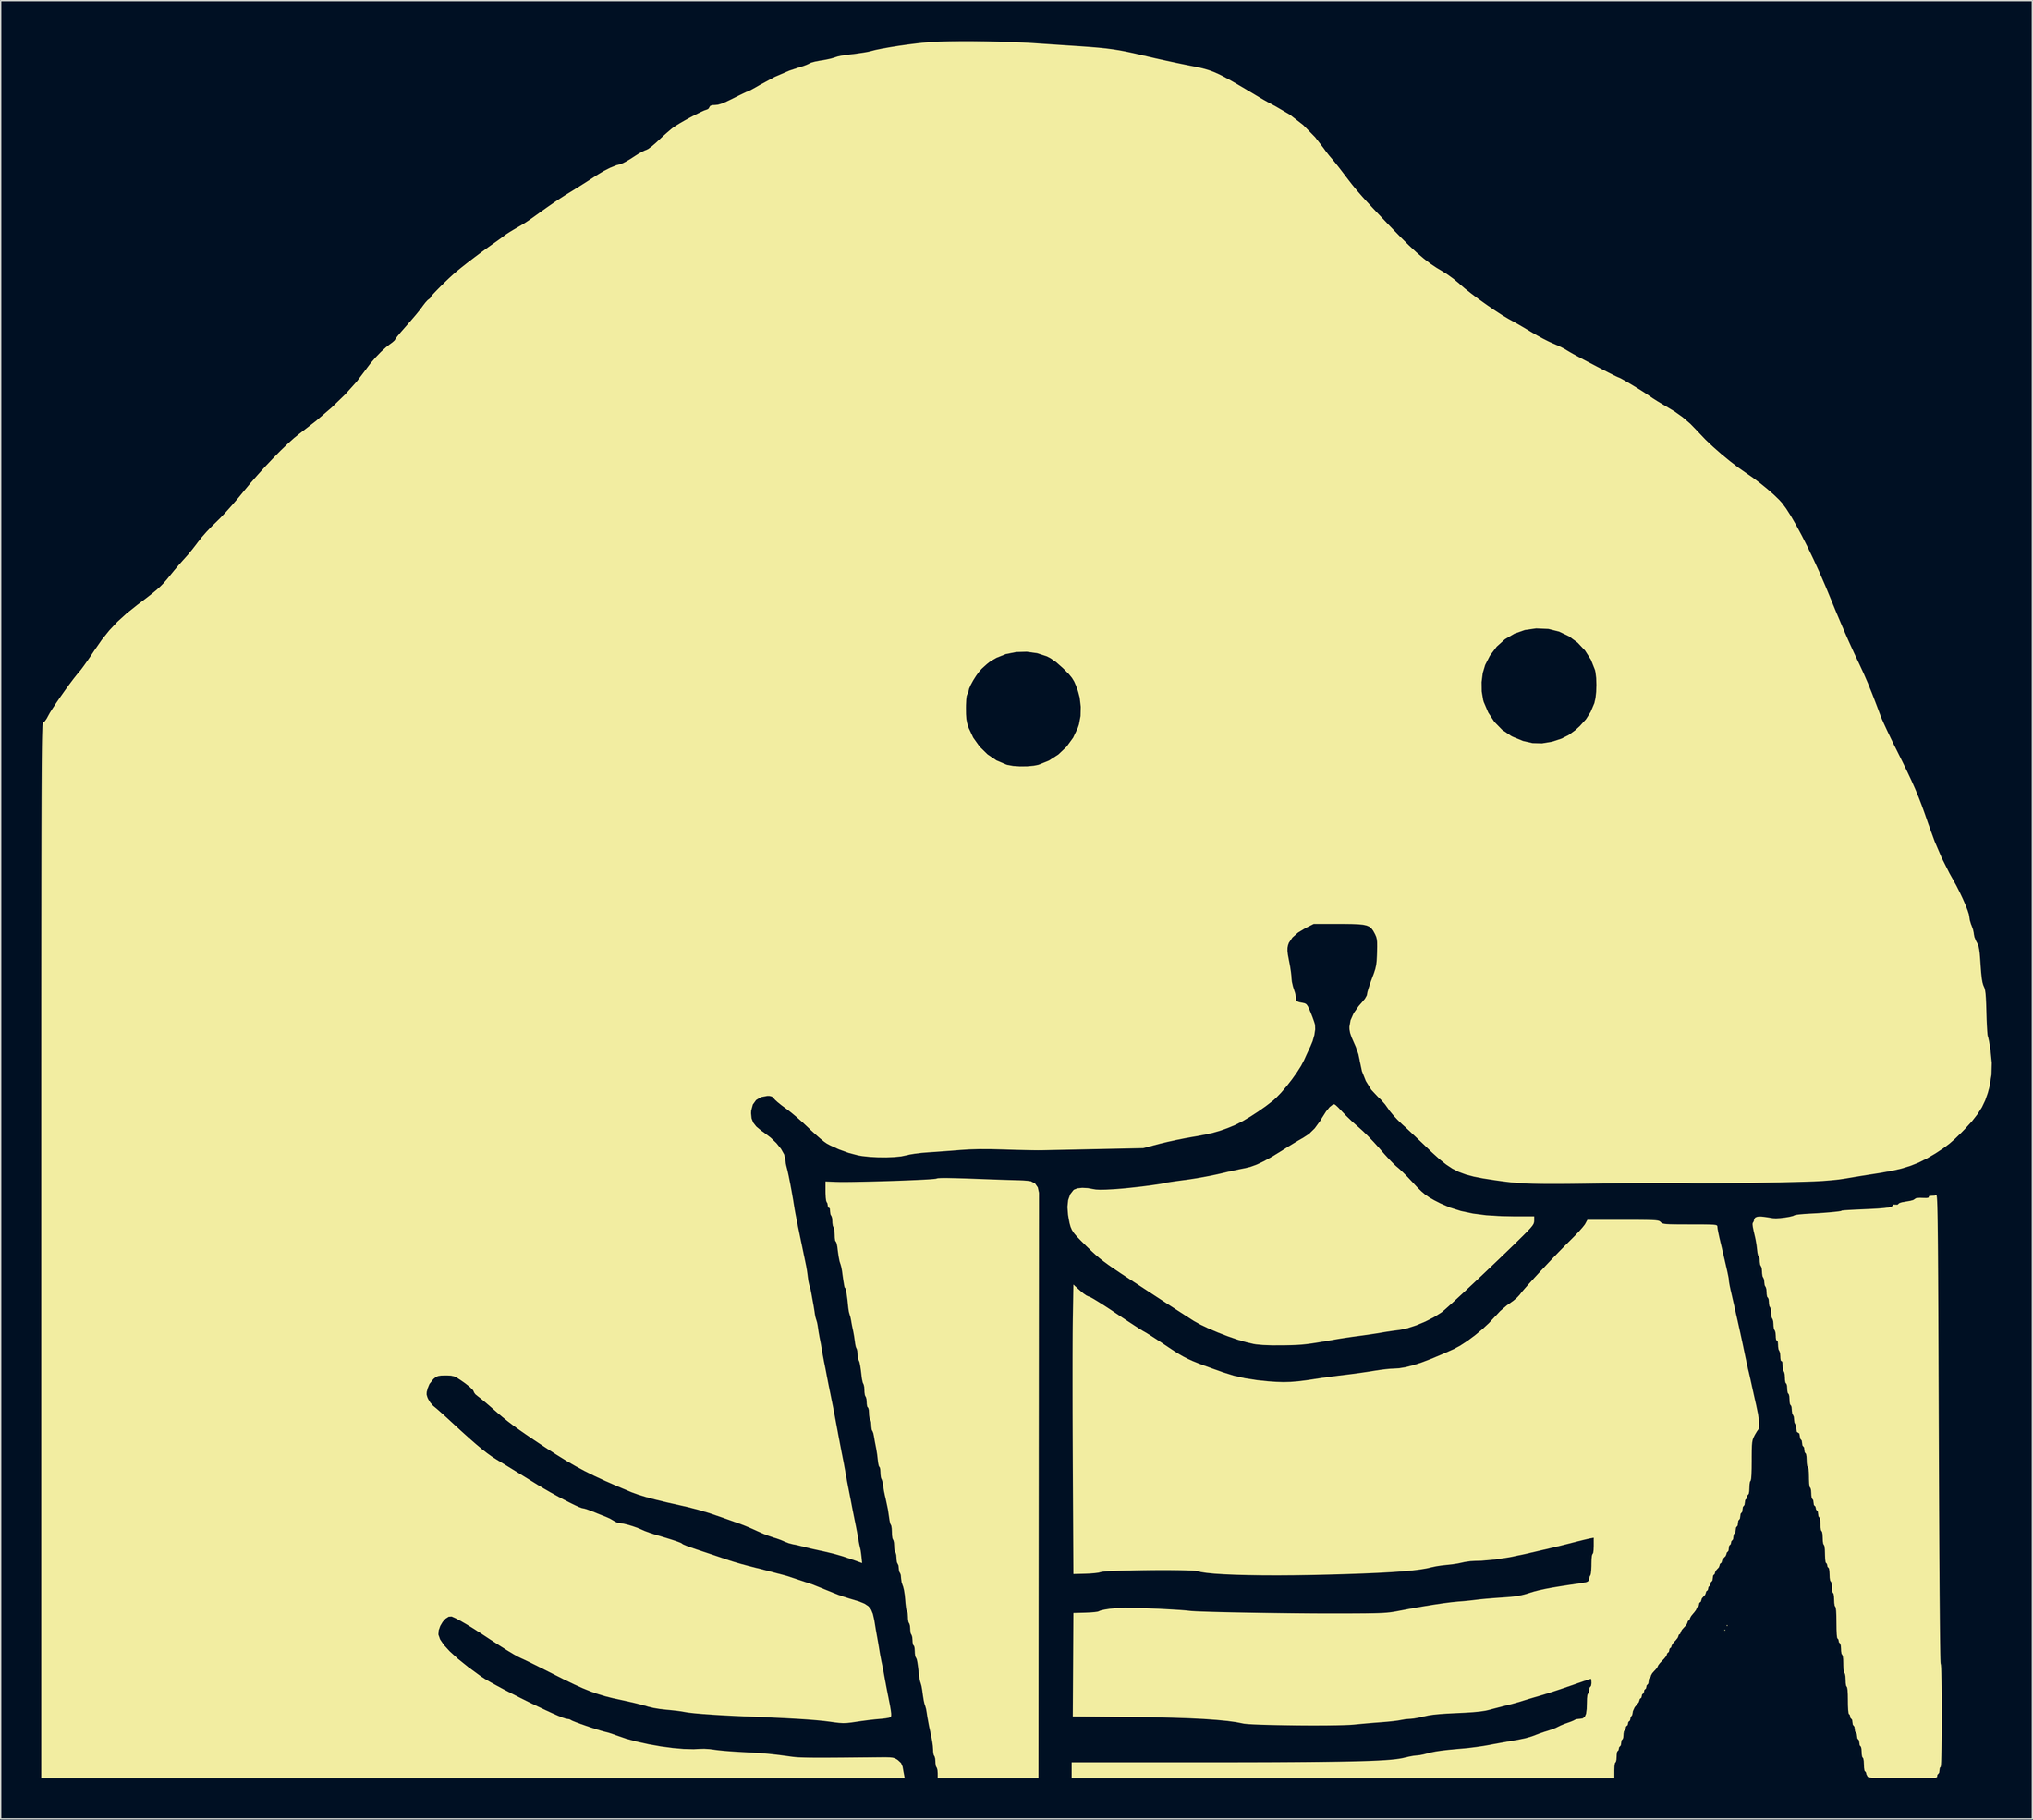
<source format=kicad_pcb>
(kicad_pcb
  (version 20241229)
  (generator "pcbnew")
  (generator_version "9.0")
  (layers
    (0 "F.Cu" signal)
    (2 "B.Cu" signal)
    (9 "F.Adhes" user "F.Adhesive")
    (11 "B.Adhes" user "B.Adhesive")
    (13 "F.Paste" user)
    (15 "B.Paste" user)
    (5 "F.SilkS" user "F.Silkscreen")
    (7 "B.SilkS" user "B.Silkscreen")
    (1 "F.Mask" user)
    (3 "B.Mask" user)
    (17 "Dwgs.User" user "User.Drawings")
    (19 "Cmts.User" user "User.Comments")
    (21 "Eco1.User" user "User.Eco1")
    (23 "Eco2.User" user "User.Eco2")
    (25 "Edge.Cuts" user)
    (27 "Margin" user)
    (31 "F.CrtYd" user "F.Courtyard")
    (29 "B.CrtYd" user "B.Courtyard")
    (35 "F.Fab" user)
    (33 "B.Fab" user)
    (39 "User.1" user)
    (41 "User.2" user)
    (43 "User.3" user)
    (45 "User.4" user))
  (footprint "front"
    (layer "F.Cu")
    (at 74.591 62.378)
    (property "Reference" "front" (at 0 0 0) (layer "F.SilkS") (effects (font (size 1.5 1.5) (thickness 0.3))))
    (attr board_only exclude_from_pos_files exclude_from_bom)
    (fp_poly (pts (xy 49.953 55.16) (xy 49.911 55.203) (xy 49.869 55.16) (xy 49.911 55.118)) (stroke (width 0) (type solid)) (fill yes) (layer "F.SilkS"))
    (fp_poly (pts (xy 50.123 54.822) (xy 50.08 54.864) (xy 50.038 54.822) (xy 50.08 54.779)) (stroke (width 0) (type solid)) (fill yes) (layer "F.SilkS"))
    (fp_poly (pts (xy 21.126 16.315) (xy 21.3 16.474) (xy 21.522 16.703) (xy 21.617 16.807) (xy 21.905 17.109) (xy 22.268 17.459) (xy 22.647 17.803) (xy 22.829 17.959) (xy 23.153 18.25) (xy 23.539 18.629) (xy 23.946 19.052) (xy 24.33 19.477) (xy 24.426 19.588) (xy 24.756 19.966) (xy 25.081 20.32) (xy 25.37 20.619) (xy 25.594 20.832) (xy 25.669 20.894) (xy 25.869 21.066) (xy 26.145 21.329) (xy 26.461 21.648) (xy 26.78 21.988) (xy 26.787 21.995) (xy 27.165 22.4) (xy 27.476 22.707) (xy 27.762 22.949) (xy 28.065 23.156) (xy 28.427 23.362) (xy 28.872 23.589) (xy 29.606 23.907) (xy 30.404 24.157) (xy 31.285 24.342) (xy 32.27 24.468) (xy 33.38 24.536) (xy 34.353 24.553) (xy 35.814 24.553) (xy 35.814 24.862) (xy 35.805 24.983) (xy 35.767 25.103) (xy 35.682 25.241) (xy 35.534 25.421) (xy 35.306 25.663) (xy 34.982 25.99) (xy 34.774 26.195) (xy 34.299 26.661) (xy 33.773 27.171) (xy 33.211 27.711) (xy 32.628 28.267) (xy 32.04 28.826) (xy 31.461 29.372) (xy 30.906 29.892) (xy 30.391 30.372) (xy 29.93 30.797) (xy 29.538 31.154) (xy 29.232 31.428) (xy 29.024 31.605) (xy 28.965 31.651) (xy 28.409 32.005) (xy 27.766 32.333) (xy 27.088 32.615) (xy 26.426 32.83) (xy 25.83 32.958) (xy 25.737 32.969) (xy 25.368 33.016) (xy 24.928 33.081) (xy 24.512 33.15) (xy 24.511 33.15) (xy 24.139 33.212) (xy 23.667 33.284) (xy 23.164 33.356) (xy 22.818 33.403) (xy 22.336 33.468) (xy 21.835 33.542) (xy 21.383 33.612) (xy 21.124 33.656) (xy 20.417 33.78) (xy 19.843 33.877) (xy 19.37 33.951) (xy 18.966 34.004) (xy 18.599 34.041) (xy 18.235 34.065) (xy 17.842 34.079) (xy 17.388 34.088) (xy 17.23 34.09) (xy 16.411 34.091) (xy 15.751 34.067) (xy 15.243 34.02) (xy 15.071 33.992) (xy 14.511 33.861) (xy 13.858 33.666) (xy 13.152 33.422) (xy 12.436 33.146) (xy 11.753 32.855) (xy 11.143 32.565) (xy 10.651 32.292) (xy 10.583 32.25) (xy 9.932 31.83) (xy 9.29 31.415) (xy 8.628 30.985) (xy 7.918 30.522) (xy 7.133 30.009) (xy 6.245 29.427) (xy 5.905 29.204) (xy 5.27 28.785) (xy 4.753 28.439) (xy 4.331 28.145) (xy 3.979 27.887) (xy 3.671 27.646) (xy 3.385 27.401) (xy 3.096 27.136) (xy 2.779 26.831) (xy 2.694 26.749) (xy 2.292 26.352) (xy 1.993 26.042) (xy 1.777 25.786) (xy 1.626 25.553) (xy 1.523 25.311) (xy 1.447 25.028) (xy 1.381 24.673) (xy 1.342 24.434) (xy 1.297 23.857) (xy 1.351 23.343) (xy 1.5 22.921) (xy 1.735 22.616) (xy 1.796 22.569) (xy 2.039 22.477) (xy 2.391 22.441) (xy 2.803 22.462) (xy 3.176 22.53) (xy 3.403 22.567) (xy 3.719 22.582) (xy 4.148 22.574) (xy 4.715 22.544) (xy 4.886 22.533) (xy 5.36 22.495) (xy 5.898 22.442) (xy 6.468 22.379) (xy 7.036 22.311) (xy 7.569 22.24) (xy 8.034 22.172) (xy 8.398 22.11) (xy 8.629 22.059) (xy 8.636 22.057) (xy 8.761 22.033) (xy 9.021 21.993) (xy 9.385 21.941) (xy 9.821 21.882) (xy 10.075 21.849) (xy 10.669 21.761) (xy 11.335 21.647) (xy 11.997 21.52) (xy 12.574 21.394) (xy 12.615 21.384) (xy 13.103 21.27) (xy 13.584 21.161) (xy 14.01 21.069) (xy 14.332 21.005) (xy 14.393 20.994) (xy 14.827 20.89) (xy 15.295 20.72) (xy 15.821 20.472) (xy 16.428 20.136) (xy 17.138 19.701) (xy 17.206 19.658) (xy 17.622 19.396) (xy 18.023 19.149) (xy 18.371 18.941) (xy 18.629 18.794) (xy 18.688 18.763) (xy 19.158 18.458) (xy 19.582 18.044) (xy 19.983 17.494) (xy 20.133 17.247) (xy 20.423 16.792) (xy 20.684 16.469) (xy 20.908 16.291) (xy 21.03 16.256)) (stroke (width 0) (type solid)) (fill yes) (layer "F.SilkS"))
    (fp_poly (pts (xy -7.007 21.725) (xy -6.253 21.747) (xy -5.665 21.768) (xy -4.974 21.794) (xy -4.304 21.818) (xy -3.683 21.84) (xy -3.14 21.857) (xy -2.701 21.871) (xy -2.395 21.879) (xy -2.328 21.88) (xy -1.969 21.894) (xy -1.645 21.92) (xy -1.418 21.954) (xy -1.397 21.959) (xy -1.095 22.122) (xy -0.895 22.408) (xy -0.81 22.793) (xy -0.808 22.858) (xy -0.808 22.976) (xy -0.809 23.256) (xy -0.809 23.69) (xy -0.809 24.272) (xy -0.81 24.994) (xy -0.811 25.849) (xy -0.811 26.83) (xy -0.812 27.928) (xy -0.813 29.138) (xy -0.814 30.452) (xy -0.816 31.861) (xy -0.817 33.36) (xy -0.818 34.941) (xy -0.82 36.597) (xy -0.821 38.319) (xy -0.823 40.102) (xy -0.825 41.937) (xy -0.826 43.817) (xy -0.827 44.683) (xy -0.847 66.125) (xy -4.572 66.125) (xy -8.297 66.125) (xy -8.297 65.749) (xy -8.315 65.509) (xy -8.359 65.349) (xy -8.382 65.32) (xy -8.434 65.211) (xy -8.464 64.996) (xy -8.467 64.897) (xy -8.484 64.659) (xy -8.529 64.5) (xy -8.551 64.474) (xy -8.602 64.365) (xy -8.632 64.148) (xy -8.636 64.024) (xy -8.656 63.73) (xy -8.708 63.358) (xy -8.771 63.034) (xy -8.945 62.223) (xy -9.065 61.568) (xy -9.111 61.256) (xy -9.157 60.992) (xy -9.217 60.776) (xy -9.228 60.748) (xy -9.279 60.598) (xy -9.329 60.371) (xy -9.384 60.037) (xy -9.448 59.564) (xy -9.448 59.563) (xy -9.496 59.299) (xy -9.555 59.083) (xy -9.567 59.055) (xy -9.617 58.876) (xy -9.666 58.603) (xy -9.689 58.42) (xy -9.747 57.907) (xy -9.799 57.545) (xy -9.848 57.316) (xy -9.899 57.202) (xy -9.915 57.187) (xy -9.959 57.082) (xy -9.986 56.866) (xy -9.991 56.722) (xy -10.006 56.482) (xy -10.045 56.33) (xy -10.075 56.303) (xy -10.126 56.228) (xy -10.156 56.037) (xy -10.16 55.927) (xy -10.178 55.688) (xy -10.222 55.527) (xy -10.245 55.499) (xy -10.296 55.389) (xy -10.326 55.175) (xy -10.329 55.076) (xy -10.347 54.838) (xy -10.392 54.679) (xy -10.414 54.652) (xy -10.463 54.544) (xy -10.494 54.326) (xy -10.499 54.182) (xy -10.512 53.942) (xy -10.545 53.79) (xy -10.571 53.763) (xy -10.606 53.685) (xy -10.644 53.474) (xy -10.679 53.166) (xy -10.696 52.95) (xy -10.733 52.559) (xy -10.788 52.207) (xy -10.85 51.949) (xy -10.878 51.879) (xy -10.967 51.611) (xy -11.007 51.314) (xy -11.007 51.3) (xy -11.027 51.079) (xy -11.078 50.94) (xy -11.091 50.927) (xy -11.149 50.814) (xy -11.176 50.61) (xy -11.176 50.588) (xy -11.199 50.379) (xy -11.254 50.254) (xy -11.261 50.25) (xy -11.312 50.14) (xy -11.342 49.926) (xy -11.345 49.826) (xy -11.363 49.589) (xy -11.408 49.43) (xy -11.43 49.403) (xy -11.479 49.294) (xy -11.51 49.077) (xy -11.515 48.937) (xy -11.531 48.686) (xy -11.571 48.512) (xy -11.599 48.472) (xy -11.645 48.365) (xy -11.676 48.143) (xy -11.684 47.921) (xy -11.696 47.647) (xy -11.726 47.447) (xy -11.758 47.378) (xy -11.808 47.274) (xy -11.857 47.057) (xy -11.882 46.886) (xy -11.983 46.208) (xy -12.153 45.403) (xy -12.199 45.212) (xy -12.27 44.871) (xy -12.327 44.515) (xy -12.335 44.45) (xy -12.377 44.202) (xy -12.432 44.024) (xy -12.454 43.989) (xy -12.499 43.862) (xy -12.527 43.632) (xy -12.531 43.502) (xy -12.545 43.266) (xy -12.58 43.119) (xy -12.605 43.095) (xy -12.651 43.018) (xy -12.696 42.818) (xy -12.728 42.566) (xy -12.771 42.194) (xy -12.829 41.812) (xy -12.866 41.614) (xy -12.933 41.275) (xy -12.993 40.932) (xy -13.009 40.829) (xy -13.057 40.596) (xy -13.114 40.444) (xy -13.135 40.421) (xy -13.179 40.316) (xy -13.205 40.105) (xy -13.208 40.005) (xy -13.226 39.767) (xy -13.27 39.608) (xy -13.293 39.582) (xy -13.342 39.473) (xy -13.372 39.255) (xy -13.377 39.111) (xy -13.393 38.871) (xy -13.432 38.72) (xy -13.462 38.693) (xy -13.513 38.617) (xy -13.543 38.426) (xy -13.547 38.317) (xy -13.564 38.077) (xy -13.608 37.917) (xy -13.631 37.888) (xy -13.681 37.779) (xy -13.712 37.563) (xy -13.716 37.435) (xy -13.731 37.18) (xy -13.77 36.996) (xy -13.793 36.953) (xy -13.846 36.827) (xy -13.896 36.596) (xy -13.917 36.449) (xy -13.979 35.926) (xy -14.035 35.554) (xy -14.088 35.316) (xy -14.14 35.193) (xy -14.148 35.183) (xy -14.196 35.053) (xy -14.222 34.829) (xy -14.224 34.756) (xy -14.242 34.517) (xy -14.285 34.352) (xy -14.301 34.328) (xy -14.354 34.202) (xy -14.402 33.971) (xy -14.421 33.824) (xy -14.47 33.466) (xy -14.538 33.085) (xy -14.561 32.978) (xy -14.628 32.66) (xy -14.684 32.356) (xy -14.7 32.258) (xy -14.751 32.003) (xy -14.815 31.797) (xy -14.817 31.792) (xy -14.863 31.621) (xy -14.907 31.345) (xy -14.936 31.073) (xy -14.969 30.742) (xy -15.012 30.418) (xy -15.06 30.135) (xy -15.105 29.928) (xy -15.141 29.832) (xy -15.157 29.845) (xy -15.181 29.817) (xy -15.22 29.633) (xy -15.274 29.305) (xy -15.339 28.844) (xy -15.369 28.617) (xy -15.416 28.343) (xy -15.475 28.118) (xy -15.494 28.067) (xy -15.561 27.853) (xy -15.626 27.511) (xy -15.694 27.025) (xy -15.718 26.818) (xy -15.76 26.584) (xy -15.813 26.439) (xy -15.841 26.416) (xy -15.881 26.339) (xy -15.909 26.139) (xy -15.917 25.913) (xy -15.931 25.636) (xy -15.965 25.432) (xy -16.002 25.358) (xy -16.054 25.248) (xy -16.084 25.034) (xy -16.087 24.934) (xy -16.104 24.697) (xy -16.149 24.538) (xy -16.171 24.511) (xy -16.228 24.399) (xy -16.256 24.193) (xy -16.256 24.162) (xy -16.276 23.972) (xy -16.33 23.914) (xy -16.341 23.918) (xy -16.404 23.889) (xy -16.425 23.759) (xy -16.456 23.578) (xy -16.51 23.495) (xy -16.548 23.392) (xy -16.577 23.162) (xy -16.593 22.847) (xy -16.595 22.707) (xy -16.595 21.971) (xy -15.829 22.001) (xy -15.502 22.008) (xy -15.061 22.008) (xy -14.526 22.003) (xy -13.919 21.992) (xy -13.26 21.978) (xy -12.569 21.959) (xy -11.869 21.938) (xy -11.178 21.915) (xy -10.519 21.89) (xy -9.912 21.864) (xy -9.378 21.838) (xy -8.937 21.813) (xy -8.611 21.788) (xy -8.42 21.766) (xy -8.378 21.753) (xy -8.279 21.728) (xy -8.019 21.715) (xy -7.595 21.714)) (stroke (width 0) (type solid)) (fill yes) (layer "F.SilkS"))
    (fp_poly (pts (xy 65.568 22.995) (xy 65.581 23.047) (xy 65.594 23.144) (xy 65.605 23.294) (xy 65.616 23.503) (xy 65.626 23.777) (xy 65.635 24.123) (xy 65.644 24.547) (xy 65.652 25.056) (xy 65.659 25.657) (xy 65.667 26.355) (xy 65.674 27.157) (xy 65.68 28.07) (xy 65.687 29.1) (xy 65.693 30.254) (xy 65.7 31.538) (xy 65.706 32.958) (xy 65.713 34.521) (xy 65.719 36.234) (xy 65.726 38.103) (xy 65.733 40.134) (xy 65.734 40.276) (xy 65.742 42.372) (xy 65.75 44.349) (xy 65.758 46.204) (xy 65.767 47.934) (xy 65.775 49.534) (xy 65.785 51.002) (xy 65.794 52.333) (xy 65.804 53.524) (xy 65.813 54.572) (xy 65.823 55.473) (xy 65.833 56.223) (xy 65.843 56.818) (xy 65.853 57.255) (xy 65.863 57.531) (xy 65.873 57.642) (xy 65.875 57.644) (xy 65.894 57.732) (xy 65.911 57.968) (xy 65.925 58.331) (xy 65.936 58.801) (xy 65.946 59.357) (xy 65.952 59.978) (xy 65.956 60.644) (xy 65.957 61.335) (xy 65.956 62.029) (xy 65.953 62.707) (xy 65.947 63.347) (xy 65.938 63.929) (xy 65.927 64.432) (xy 65.913 64.836) (xy 65.897 65.12) (xy 65.879 65.264) (xy 65.871 65.278) (xy 65.811 65.352) (xy 65.786 65.529) (xy 65.786 65.532) (xy 65.761 65.71) (xy 65.702 65.786) (xy 65.701 65.786) (xy 65.633 65.857) (xy 65.617 65.955) (xy 65.612 66.004) (xy 65.585 66.042) (xy 65.519 66.071) (xy 65.394 66.092) (xy 65.195 66.107) (xy 64.902 66.116) (xy 64.497 66.12) (xy 63.964 66.122) (xy 63.283 66.122) (xy 63.098 66.121) (xy 62.355 66.119) (xy 61.765 66.114) (xy 61.309 66.105) (xy 60.972 66.092) (xy 60.735 66.074) (xy 60.583 66.049) (xy 60.497 66.017) (xy 60.473 65.998) (xy 60.382 65.829) (xy 60.367 65.747) (xy 60.323 65.632) (xy 60.283 65.617) (xy 60.238 65.54) (xy 60.207 65.338) (xy 60.198 65.109) (xy 60.185 64.838) (xy 60.152 64.655) (xy 60.113 64.601) (xy 60.065 64.525) (xy 60.034 64.33) (xy 60.029 64.177) (xy 60.013 63.936) (xy 59.974 63.783) (xy 59.944 63.754) (xy 59.885 63.68) (xy 59.859 63.503) (xy 59.859 63.5) (xy 59.835 63.322) (xy 59.776 63.246) (xy 59.775 63.246) (xy 59.715 63.172) (xy 59.69 62.995) (xy 59.69 62.992) (xy 59.665 62.814) (xy 59.606 62.738) (xy 59.605 62.738) (xy 59.546 62.664) (xy 59.521 62.487) (xy 59.521 62.484) (xy 59.496 62.306) (xy 59.437 62.23) (xy 59.436 62.23) (xy 59.377 62.156) (xy 59.351 61.979) (xy 59.351 61.976) (xy 59.327 61.798) (xy 59.268 61.722) (xy 59.267 61.722) (xy 59.198 61.651) (xy 59.182 61.553) (xy 59.147 61.415) (xy 59.097 61.383) (xy 59.06 61.302) (xy 59.033 61.071) (xy 59.016 60.709) (xy 59.013 60.367) (xy 59.006 59.921) (xy 58.987 59.591) (xy 58.956 59.397) (xy 58.928 59.351) (xy 58.883 59.274) (xy 58.852 59.073) (xy 58.843 58.843) (xy 58.83 58.573) (xy 58.797 58.389) (xy 58.759 58.335) (xy 58.717 58.256) (xy 58.687 58.04) (xy 58.674 57.719) (xy 58.674 57.658) (xy 58.664 57.323) (xy 58.637 57.087) (xy 58.597 56.983) (xy 58.589 56.981) (xy 58.541 56.905) (xy 58.51 56.71) (xy 58.505 56.557) (xy 58.489 56.316) (xy 58.45 56.163) (xy 58.42 56.134) (xy 58.351 56.063) (xy 58.335 55.965) (xy 58.3 55.827) (xy 58.251 55.795) (xy 58.215 55.713) (xy 58.189 55.478) (xy 58.172 55.105) (xy 58.166 54.611) (xy 58.166 54.61) (xy 58.16 54.115) (xy 58.143 53.742) (xy 58.117 53.507) (xy 58.081 53.425) (xy 58.081 53.425) (xy 58.036 53.348) (xy 58.006 53.146) (xy 57.997 52.917) (xy 57.984 52.646) (xy 57.95 52.463) (xy 57.912 52.409) (xy 57.864 52.333) (xy 57.833 52.138) (xy 57.827 51.985) (xy 57.812 51.744) (xy 57.773 51.591) (xy 57.743 51.562) (xy 57.698 51.485) (xy 57.667 51.283) (xy 57.658 51.054) (xy 57.645 50.783) (xy 57.612 50.6) (xy 57.573 50.546) (xy 57.505 50.475) (xy 57.489 50.377) (xy 57.453 50.239) (xy 57.404 50.207) (xy 57.362 50.128) (xy 57.333 49.912) (xy 57.32 49.591) (xy 57.319 49.53) (xy 57.309 49.195) (xy 57.282 48.959) (xy 57.242 48.855) (xy 57.235 48.853) (xy 57.19 48.776) (xy 57.159 48.574) (xy 57.15 48.345) (xy 57.137 48.074) (xy 57.104 47.891) (xy 57.065 47.837) (xy 57.02 47.76) (xy 56.99 47.558) (xy 56.981 47.329) (xy 56.968 47.058) (xy 56.934 46.875) (xy 56.896 46.821) (xy 56.837 46.747) (xy 56.811 46.57) (xy 56.811 46.567) (xy 56.787 46.388) (xy 56.728 46.313) (xy 56.727 46.313) (xy 56.658 46.242) (xy 56.642 46.143) (xy 56.607 46.006) (xy 56.557 45.974) (xy 56.498 45.9) (xy 56.473 45.723) (xy 56.473 45.72) (xy 56.448 45.542) (xy 56.389 45.466) (xy 56.388 45.466) (xy 56.34 45.39) (xy 56.309 45.195) (xy 56.303 45.043) (xy 56.288 44.801) (xy 56.249 44.648) (xy 56.219 44.619) (xy 56.178 44.539) (xy 56.149 44.318) (xy 56.135 43.983) (xy 56.134 43.857) (xy 56.125 43.492) (xy 56.101 43.232) (xy 56.063 43.104) (xy 56.049 43.095) (xy 56.004 43.018) (xy 55.974 42.817) (xy 55.965 42.587) (xy 55.952 42.317) (xy 55.918 42.133) (xy 55.88 42.079) (xy 55.821 42.006) (xy 55.795 41.828) (xy 55.795 41.825) (xy 55.771 41.647) (xy 55.712 41.571) (xy 55.711 41.571) (xy 55.651 41.498) (xy 55.626 41.32) (xy 55.626 41.317) (xy 55.601 41.139) (xy 55.542 41.063) (xy 55.541 41.063) (xy 55.482 40.99) (xy 55.457 40.812) (xy 55.457 40.809) (xy 55.419 40.608) (xy 55.33 40.555) (xy 55.235 40.49) (xy 55.203 40.282) (xy 55.203 40.264) (xy 55.18 40.053) (xy 55.125 39.926) (xy 55.118 39.92) (xy 55.06 39.808) (xy 55.034 39.603) (xy 55.033 39.582) (xy 55.011 39.373) (xy 54.955 39.248) (xy 54.949 39.243) (xy 54.895 39.132) (xy 54.866 38.921) (xy 54.864 38.857) (xy 54.845 38.647) (xy 54.797 38.531) (xy 54.779 38.523) (xy 54.731 38.447) (xy 54.7 38.252) (xy 54.695 38.1) (xy 54.679 37.859) (xy 54.64 37.705) (xy 54.61 37.677) (xy 54.56 37.601) (xy 54.529 37.41) (xy 54.525 37.296) (xy 54.509 37.068) (xy 54.466 36.932) (xy 54.441 36.915) (xy 54.392 36.839) (xy 54.361 36.644) (xy 54.356 36.496) (xy 54.34 36.244) (xy 54.3 36.068) (xy 54.271 36.026) (xy 54.22 35.916) (xy 54.19 35.701) (xy 54.187 35.592) (xy 54.17 35.359) (xy 54.126 35.261) (xy 54.102 35.264) (xy 54.048 35.224) (xy 54.02 35.04) (xy 54.017 34.935) (xy 54 34.694) (xy 53.956 34.532) (xy 53.933 34.502) (xy 53.882 34.392) (xy 53.851 34.177) (xy 53.848 34.068) (xy 53.832 33.835) (xy 53.787 33.737) (xy 53.763 33.74) (xy 53.709 33.7) (xy 53.681 33.516) (xy 53.679 33.411) (xy 53.661 33.17) (xy 53.618 33.008) (xy 53.594 32.978) (xy 53.542 32.868) (xy 53.512 32.654) (xy 53.509 32.554) (xy 53.492 32.317) (xy 53.447 32.158) (xy 53.425 32.131) (xy 53.373 32.021) (xy 53.343 31.807) (xy 53.34 31.708) (xy 53.322 31.47) (xy 53.278 31.311) (xy 53.255 31.284) (xy 53.201 31.173) (xy 53.172 30.963) (xy 53.171 30.898) (xy 53.152 30.688) (xy 53.104 30.572) (xy 53.086 30.565) (xy 53.035 30.489) (xy 53.005 30.298) (xy 53.001 30.189) (xy 52.984 29.949) (xy 52.94 29.789) (xy 52.917 29.76) (xy 52.859 29.648) (xy 52.832 29.443) (xy 52.832 29.422) (xy 52.809 29.213) (xy 52.754 29.088) (xy 52.747 29.083) (xy 52.696 28.973) (xy 52.666 28.759) (xy 52.663 28.66) (xy 52.645 28.422) (xy 52.6 28.263) (xy 52.578 28.236) (xy 52.524 28.125) (xy 52.495 27.915) (xy 52.493 27.85) (xy 52.476 27.64) (xy 52.433 27.524) (xy 52.416 27.517) (xy 52.368 27.44) (xy 52.324 27.241) (xy 52.299 27.03) (xy 52.255 26.661) (xy 52.19 26.279) (xy 52.156 26.12) (xy 52.049 25.662) (xy 51.985 25.344) (xy 51.962 25.144) (xy 51.975 25.038) (xy 51.996 25.012) (xy 52.058 24.899) (xy 52.07 24.804) (xy 52.147 24.651) (xy 52.281 24.588) (xy 52.418 24.566) (xy 52.591 24.565) (xy 52.836 24.59) (xy 53.191 24.643) (xy 53.46 24.688) (xy 53.692 24.7) (xy 54.01 24.682) (xy 54.36 24.642) (xy 54.692 24.586) (xy 54.951 24.522) (xy 55.076 24.466) (xy 55.189 24.436) (xy 55.436 24.404) (xy 55.778 24.374) (xy 56.176 24.35) (xy 56.684 24.323) (xy 57.178 24.29) (xy 57.633 24.254) (xy 58.023 24.218) (xy 58.323 24.183) (xy 58.508 24.153) (xy 58.551 24.129) (xy 58.547 24.128) (xy 58.599 24.115) (xy 58.796 24.097) (xy 59.113 24.077) (xy 59.524 24.055) (xy 59.986 24.034) (xy 60.706 24.002) (xy 61.271 23.969) (xy 61.697 23.934) (xy 62 23.896) (xy 62.193 23.852) (xy 62.292 23.8) (xy 62.315 23.752) (xy 62.385 23.68) (xy 62.526 23.686) (xy 62.683 23.688) (xy 62.738 23.641) (xy 62.812 23.572) (xy 62.995 23.512) (xy 63.034 23.504) (xy 63.34 23.451) (xy 63.634 23.4) (xy 63.843 23.342) (xy 63.966 23.265) (xy 63.973 23.252) (xy 64.081 23.197) (xy 64.339 23.179) (xy 64.527 23.186) (xy 64.829 23.192) (xy 64.975 23.167) (xy 64.987 23.122) (xy 65.011 23.053) (xy 65.181 23.029) (xy 65.406 23.014) (xy 65.554 22.983)) (stroke (width 0) (type solid)) (fill yes) (layer "F.SilkS"))
    (fp_poly (pts (xy 43.12 24.808) (xy 43.708 24.81) (xy 44.163 24.815) (xy 44.505 24.823) (xy 44.751 24.837) (xy 44.921 24.857) (xy 45.033 24.884) (xy 45.106 24.919) (xy 45.158 24.964) (xy 45.17 24.977) (xy 45.226 25.03) (xy 45.302 25.071) (xy 45.418 25.101) (xy 45.596 25.122) (xy 45.857 25.135) (xy 46.224 25.142) (xy 46.717 25.145) (xy 47.342 25.146) (xy 47.977 25.146) (xy 48.462 25.149) (xy 48.819 25.155) (xy 49.066 25.167) (xy 49.223 25.186) (xy 49.312 25.213) (xy 49.351 25.252) (xy 49.36 25.302) (xy 49.361 25.318) (xy 49.38 25.479) (xy 49.43 25.752) (xy 49.502 26.086) (xy 49.525 26.186) (xy 49.712 26.977) (xy 49.863 27.62) (xy 49.981 28.129) (xy 50.071 28.522) (xy 50.134 28.814) (xy 50.176 29.02) (xy 50.199 29.157) (xy 50.207 29.241) (xy 50.207 29.252) (xy 50.226 29.417) (xy 50.274 29.689) (xy 50.341 30.008) (xy 50.343 30.014) (xy 50.551 30.922) (xy 50.726 31.693) (xy 50.875 32.354) (xy 51.004 32.932) (xy 51.118 33.455) (xy 51.224 33.951) (xy 51.328 34.447) (xy 51.392 34.756) (xy 51.475 35.15) (xy 51.554 35.515) (xy 51.617 35.796) (xy 51.642 35.899) (xy 51.693 36.11) (xy 51.767 36.433) (xy 51.853 36.817) (xy 51.902 37.042) (xy 52.003 37.5) (xy 52.113 37.992) (xy 52.212 38.432) (xy 52.242 38.566) (xy 52.367 39.174) (xy 52.439 39.669) (xy 52.456 40.039) (xy 52.418 40.268) (xy 52.388 40.316) (xy 52.287 40.456) (xy 52.153 40.681) (xy 52.091 40.796) (xy 52.022 40.942) (xy 51.971 41.09) (xy 51.937 41.27) (xy 51.916 41.512) (xy 51.905 41.846) (xy 51.901 42.302) (xy 51.901 42.638) (xy 51.896 43.208) (xy 51.882 43.649) (xy 51.86 43.949) (xy 51.83 44.097) (xy 51.816 44.111) (xy 51.771 44.188) (xy 51.74 44.39) (xy 51.731 44.619) (xy 51.718 44.89) (xy 51.685 45.073) (xy 51.647 45.127) (xy 51.578 45.198) (xy 51.562 45.297) (xy 51.527 45.434) (xy 51.477 45.466) (xy 51.418 45.54) (xy 51.393 45.717) (xy 51.393 45.72) (xy 51.368 45.898) (xy 51.309 45.974) (xy 51.308 45.974) (xy 51.249 46.048) (xy 51.223 46.225) (xy 51.223 46.228) (xy 51.199 46.406) (xy 51.14 46.482) (xy 51.139 46.482) (xy 51.079 46.556) (xy 51.054 46.733) (xy 51.054 46.736) (xy 51.029 46.914) (xy 50.97 46.99) (xy 50.969 46.99) (xy 50.91 47.064) (xy 50.885 47.241) (xy 50.885 47.244) (xy 50.86 47.422) (xy 50.801 47.498) (xy 50.8 47.498) (xy 50.741 47.572) (xy 50.715 47.749) (xy 50.715 47.752) (xy 50.691 47.93) (xy 50.632 48.006) (xy 50.631 48.006) (xy 50.571 48.08) (xy 50.546 48.257) (xy 50.546 48.26) (xy 50.521 48.438) (xy 50.462 48.514) (xy 50.461 48.514) (xy 50.393 48.585) (xy 50.377 48.683) (xy 50.341 48.821) (xy 50.292 48.853) (xy 50.233 48.926) (xy 50.207 49.104) (xy 50.207 49.107) (xy 50.183 49.285) (xy 50.124 49.361) (xy 50.123 49.361) (xy 50.051 49.431) (xy 50.038 49.511) (xy 49.974 49.675) (xy 49.869 49.784) (xy 49.736 49.936) (xy 49.699 50.057) (xy 49.66 50.184) (xy 49.615 50.207) (xy 49.543 50.277) (xy 49.53 50.358) (xy 49.466 50.522) (xy 49.361 50.631) (xy 49.228 50.783) (xy 49.191 50.903) (xy 49.152 51.03) (xy 49.107 51.054) (xy 49.047 51.128) (xy 49.022 51.305) (xy 49.022 51.308) (xy 48.997 51.486) (xy 48.938 51.562) (xy 48.937 51.562) (xy 48.869 51.633) (xy 48.853 51.731) (xy 48.817 51.869) (xy 48.768 51.901) (xy 48.699 51.972) (xy 48.683 52.07) (xy 48.648 52.208) (xy 48.599 52.239) (xy 48.527 52.309) (xy 48.514 52.39) (xy 48.45 52.554) (xy 48.345 52.663) (xy 48.212 52.815) (xy 48.175 52.935) (xy 48.136 53.062) (xy 48.091 53.086) (xy 48.022 53.157) (xy 48.006 53.255) (xy 47.971 53.393) (xy 47.921 53.425) (xy 47.844 53.492) (xy 47.837 53.539) (xy 47.782 53.667) (xy 47.645 53.851) (xy 47.583 53.919) (xy 47.425 54.112) (xy 47.336 54.274) (xy 47.329 54.313) (xy 47.283 54.426) (xy 47.244 54.441) (xy 47.17 54.51) (xy 47.159 54.576) (xy 47.101 54.716) (xy 46.956 54.898) (xy 46.905 54.949) (xy 46.744 55.13) (xy 46.657 55.289) (xy 46.651 55.321) (xy 46.608 55.439) (xy 46.567 55.457) (xy 46.493 55.526) (xy 46.482 55.592) (xy 46.424 55.732) (xy 46.279 55.914) (xy 46.228 55.965) (xy 46.067 56.146) (xy 45.979 56.305) (xy 45.974 56.337) (xy 45.931 56.455) (xy 45.889 56.473) (xy 45.821 56.544) (xy 45.805 56.642) (xy 45.769 56.78) (xy 45.72 56.811) (xy 45.646 56.88) (xy 45.635 56.945) (xy 45.578 57.075) (xy 45.43 57.265) (xy 45.297 57.404) (xy 45.109 57.601) (xy 44.986 57.762) (xy 44.958 57.829) (xy 44.901 57.946) (xy 44.758 58.114) (xy 44.704 58.166) (xy 44.543 58.348) (xy 44.455 58.507) (xy 44.45 58.539) (xy 44.407 58.657) (xy 44.365 58.674) (xy 44.306 58.748) (xy 44.281 58.925) (xy 44.281 58.928) (xy 44.256 59.106) (xy 44.197 59.182) (xy 44.196 59.182) (xy 44.127 59.253) (xy 44.111 59.351) (xy 44.076 59.489) (xy 44.027 59.521) (xy 43.958 59.592) (xy 43.942 59.69) (xy 43.907 59.828) (xy 43.857 59.859) (xy 43.789 59.93) (xy 43.773 60.029) (xy 43.737 60.166) (xy 43.688 60.198) (xy 43.615 60.267) (xy 43.603 60.336) (xy 43.545 60.5) (xy 43.455 60.612) (xy 43.243 60.873) (xy 43.115 61.156) (xy 43.095 61.293) (xy 43.057 61.455) (xy 43.011 61.51) (xy 42.94 61.63) (xy 42.926 61.727) (xy 42.89 61.862) (xy 42.841 61.891) (xy 42.773 61.962) (xy 42.757 62.061) (xy 42.721 62.198) (xy 42.672 62.23) (xy 42.603 62.301) (xy 42.587 62.399) (xy 42.552 62.537) (xy 42.503 62.569) (xy 42.45 62.644) (xy 42.42 62.831) (xy 42.418 62.907) (xy 42.399 63.119) (xy 42.352 63.237) (xy 42.333 63.246) (xy 42.274 63.32) (xy 42.249 63.497) (xy 42.249 63.5) (xy 42.224 63.678) (xy 42.165 63.754) (xy 42.164 63.754) (xy 42.095 63.825) (xy 42.079 63.923) (xy 42.044 64.061) (xy 41.995 64.093) (xy 41.946 64.169) (xy 41.916 64.364) (xy 41.91 64.516) (xy 41.895 64.757) (xy 41.856 64.911) (xy 41.825 64.939) (xy 41.782 65.018) (xy 41.752 65.228) (xy 41.741 65.531) (xy 41.741 65.532) (xy 41.741 66.125) (xy 21.675 66.125) (xy 1.609 66.125) (xy 1.609 65.532) (xy 1.609 64.939) (xy 11.493 64.938) (xy 13.345 64.938) (xy 15.036 64.935) (xy 16.572 64.931) (xy 17.962 64.924) (xy 19.214 64.916) (xy 20.336 64.905) (xy 21.335 64.892) (xy 22.218 64.876) (xy 22.995 64.857) (xy 23.672 64.835) (xy 24.257 64.81) (xy 24.759 64.781) (xy 25.184 64.749) (xy 25.541 64.713) (xy 25.837 64.673) (xy 26.08 64.629) (xy 26.213 64.598) (xy 26.563 64.517) (xy 26.884 64.458) (xy 27.113 64.432) (xy 27.134 64.431) (xy 27.369 64.406) (xy 27.677 64.343) (xy 27.861 64.293) (xy 28.166 64.212) (xy 28.516 64.141) (xy 28.937 64.078) (xy 29.459 64.017) (xy 30.108 63.955) (xy 30.48 63.924) (xy 30.995 63.873) (xy 31.551 63.804) (xy 32.072 63.728) (xy 32.385 63.673) (xy 32.869 63.582) (xy 33.41 63.484) (xy 33.91 63.396) (xy 34.036 63.374) (xy 34.648 63.265) (xy 35.128 63.164) (xy 35.511 63.061) (xy 35.834 62.95) (xy 35.941 62.906) (xy 36.216 62.801) (xy 36.562 62.684) (xy 36.788 62.615) (xy 37.109 62.51) (xy 37.404 62.393) (xy 37.556 62.319) (xy 37.788 62.206) (xy 38.096 62.082) (xy 38.275 62.02) (xy 38.541 61.925) (xy 38.743 61.839) (xy 38.815 61.796) (xy 38.949 61.746) (xy 39.167 61.722) (xy 39.196 61.721) (xy 39.409 61.686) (xy 39.557 61.567) (xy 39.65 61.342) (xy 39.697 60.99) (xy 39.709 60.562) (xy 39.718 60.218) (xy 39.744 59.974) (xy 39.784 59.863) (xy 39.793 59.859) (xy 39.853 59.786) (xy 39.878 59.608) (xy 39.878 59.605) (xy 39.903 59.427) (xy 39.962 59.351) (xy 39.963 59.351) (xy 40.019 59.277) (xy 40.047 59.094) (xy 40.047 59.055) (xy 40.038 58.859) (xy 40.015 58.761) (xy 40.011 58.759) (xy 39.923 58.785) (xy 39.701 58.859) (xy 39.371 58.972) (xy 38.959 59.114) (xy 38.508 59.271) (xy 37.963 59.458) (xy 37.402 59.645) (xy 36.873 59.817) (xy 36.423 59.957) (xy 36.195 60.024) (xy 35.791 60.141) (xy 35.403 60.257) (xy 35.088 60.354) (xy 34.967 60.393) (xy 34.707 60.473) (xy 34.347 60.574) (xy 33.952 60.679) (xy 33.824 60.711) (xy 33.393 60.821) (xy 32.936 60.939) (xy 32.539 61.044) (xy 32.47 61.063) (xy 32.165 61.13) (xy 31.779 61.186) (xy 31.287 61.232) (xy 30.666 61.272) (xy 30.099 61.298) (xy 29.386 61.333) (xy 28.815 61.372) (xy 28.356 61.418) (xy 27.981 61.475) (xy 27.663 61.544) (xy 27.651 61.547) (xy 27.284 61.632) (xy 26.931 61.695) (xy 26.662 61.723) (xy 26.635 61.724) (xy 26.308 61.748) (xy 25.976 61.804) (xy 25.95 61.81) (xy 25.735 61.848) (xy 25.397 61.891) (xy 24.981 61.934) (xy 24.532 61.971) (xy 24.511 61.972) (xy 23.979 62.013) (xy 23.396 62.062) (xy 22.841 62.113) (xy 22.479 62.149) (xy 22.17 62.171) (xy 21.73 62.188) (xy 21.182 62.201) (xy 20.547 62.209) (xy 19.849 62.212) (xy 19.109 62.212) (xy 18.349 62.208) (xy 17.594 62.199) (xy 16.863 62.188) (xy 16.181 62.173) (xy 15.568 62.155) (xy 15.049 62.134) (xy 14.644 62.11) (xy 14.377 62.084) (xy 14.309 62.072) (xy 13.782 61.969) (xy 13.121 61.879) (xy 12.32 61.802) (xy 11.375 61.735) (xy 10.281 61.681) (xy 9.034 61.638) (xy 7.628 61.605) (xy 6.059 61.584) (xy 5.566 61.579) (xy 1.692 61.549) (xy 1.714 57.72) (xy 1.736 53.89) (xy 2.62 53.866) (xy 2.996 53.85) (xy 3.311 53.824) (xy 3.525 53.794) (xy 3.593 53.771) (xy 3.755 53.704) (xy 4.045 53.638) (xy 4.426 53.578) (xy 4.856 53.53) (xy 5.296 53.501) (xy 5.503 53.494) (xy 5.816 53.495) (xy 6.248 53.505) (xy 6.768 53.523) (xy 7.346 53.546) (xy 7.949 53.574) (xy 8.546 53.604) (xy 9.106 53.636) (xy 9.598 53.667) (xy 9.99 53.697) (xy 10.251 53.723) (xy 10.287 53.728) (xy 10.489 53.747) (xy 10.844 53.767) (xy 11.335 53.786) (xy 11.945 53.806) (xy 12.658 53.825) (xy 13.457 53.843) (xy 14.324 53.86) (xy 15.245 53.876) (xy 16.201 53.89) (xy 17.176 53.902) (xy 18.153 53.912) (xy 19.117 53.919) (xy 20.049 53.924) (xy 20.934 53.925) (xy 21.082 53.925) (xy 21.986 53.924) (xy 22.74 53.921) (xy 23.362 53.917) (xy 23.872 53.91) (xy 24.287 53.899) (xy 24.629 53.885) (xy 24.914 53.865) (xy 25.162 53.839) (xy 25.392 53.807) (xy 25.623 53.767) (xy 25.866 53.721) (xy 26.724 53.558) (xy 27.565 53.409) (xy 28.361 53.279) (xy 29.08 53.172) (xy 29.694 53.093) (xy 30.173 53.046) (xy 30.184 53.045) (xy 30.622 53.01) (xy 31.085 52.964) (xy 31.483 52.917) (xy 31.538 52.91) (xy 31.844 52.874) (xy 32.268 52.834) (xy 32.76 52.793) (xy 33.27 52.756) (xy 33.401 52.748) (xy 33.961 52.707) (xy 34.4 52.66) (xy 34.769 52.599) (xy 35.116 52.515) (xy 35.471 52.406) (xy 35.807 52.303) (xy 36.177 52.208) (xy 36.604 52.115) (xy 37.11 52.019) (xy 37.721 51.917) (xy 38.46 51.803) (xy 39.074 51.714) (xy 39.435 51.658) (xy 39.662 51.61) (xy 39.787 51.556) (xy 39.844 51.483) (xy 39.864 51.392) (xy 39.915 51.198) (xy 39.97 51.101) (xy 40.005 50.984) (xy 40.031 50.743) (xy 40.046 50.419) (xy 40.047 50.275) (xy 40.056 49.916) (xy 40.081 49.66) (xy 40.119 49.537) (xy 40.132 49.53) (xy 40.175 49.452) (xy 40.205 49.241) (xy 40.217 48.934) (xy 40.217 48.927) (xy 40.217 48.324) (xy 39.941 48.376) (xy 39.75 48.418) (xy 39.44 48.492) (xy 39.055 48.587) (xy 38.693 48.679) (xy 38.242 48.794) (xy 37.787 48.908) (xy 37.391 49.005) (xy 37.169 49.058) (xy 36.898 49.122) (xy 36.503 49.214) (xy 36.028 49.325) (xy 35.512 49.445) (xy 35.179 49.523) (xy 33.984 49.772) (xy 32.886 49.941) (xy 31.906 50.028) (xy 31.472 50.039) (xy 31.091 50.061) (xy 30.692 50.117) (xy 30.491 50.161) (xy 30.175 50.228) (xy 29.774 50.29) (xy 29.37 50.334) (xy 29.348 50.336) (xy 28.95 50.379) (xy 28.55 50.44) (xy 28.233 50.508) (xy 28.216 50.512) (xy 27.838 50.599) (xy 27.359 50.678) (xy 26.769 50.75) (xy 26.061 50.815) (xy 25.225 50.873) (xy 24.253 50.927) (xy 23.136 50.975) (xy 21.866 51.02) (xy 20.659 51.054) (xy 19.323 51.085) (xy 18.043 51.103) (xy 16.83 51.11) (xy 15.695 51.106) (xy 14.65 51.091) (xy 13.707 51.066) (xy 12.876 51.03) (xy 12.17 50.985) (xy 11.599 50.93) (xy 11.176 50.866) (xy 10.934 50.801) (xy 10.779 50.775) (xy 10.48 50.754) (xy 10.059 50.739) (xy 9.539 50.728) (xy 8.943 50.722) (xy 8.293 50.72) (xy 7.612 50.723) (xy 6.923 50.73) (xy 6.247 50.74) (xy 5.608 50.754) (xy 5.027 50.772) (xy 4.529 50.793) (xy 4.135 50.816) (xy 3.868 50.843) (xy 3.755 50.869) (xy 3.599 50.91) (xy 3.318 50.947) (xy 2.955 50.976) (xy 2.656 50.988) (xy 1.736 51.012) (xy 1.693 42.926) (xy 1.688 41.7) (xy 1.683 40.472) (xy 1.679 39.26) (xy 1.677 38.081) (xy 1.676 36.953) (xy 1.676 35.891) (xy 1.677 34.914) (xy 1.68 34.038) (xy 1.683 33.282) (xy 1.688 32.661) (xy 1.693 32.218) (xy 1.736 29.596) (xy 2.223 30.038) (xy 2.477 30.25) (xy 2.703 30.406) (xy 2.859 30.478) (xy 2.875 30.48) (xy 2.988 30.526) (xy 3.22 30.655) (xy 3.549 30.854) (xy 3.957 31.111) (xy 4.421 31.413) (xy 4.843 31.695) (xy 5.349 32.034) (xy 5.824 32.349) (xy 6.245 32.624) (xy 6.589 32.846) (xy 6.834 32.999) (xy 6.943 33.061) (xy 7.117 33.161) (xy 7.398 33.335) (xy 7.753 33.563) (xy 8.149 33.823) (xy 8.34 33.95) (xy 8.817 34.269) (xy 9.216 34.531) (xy 9.564 34.748) (xy 9.887 34.933) (xy 10.211 35.098) (xy 10.562 35.257) (xy 10.966 35.421) (xy 11.451 35.604) (xy 12.042 35.817) (xy 12.766 36.074) (xy 12.785 36.081) (xy 13.58 36.331) (xy 14.402 36.522) (xy 15.301 36.664) (xy 16.122 36.75) (xy 16.732 36.793) (xy 17.275 36.81) (xy 17.8 36.796) (xy 18.355 36.751) (xy 18.988 36.672) (xy 19.6 36.579) (xy 20.099 36.504) (xy 20.69 36.421) (xy 21.296 36.342) (xy 21.802 36.281) (xy 22.346 36.213) (xy 22.938 36.133) (xy 23.504 36.05) (xy 23.95 35.979) (xy 24.388 35.911) (xy 24.813 35.857) (xy 25.171 35.822) (xy 25.36 35.814) (xy 25.807 35.788) (xy 26.3 35.708) (xy 26.855 35.567) (xy 27.49 35.36) (xy 28.221 35.082) (xy 29.066 34.727) (xy 29.863 34.372) (xy 30.334 34.119) (xy 30.871 33.769) (xy 31.432 33.352) (xy 31.977 32.902) (xy 32.464 32.451) (xy 32.819 32.07) (xy 33.3 31.557) (xy 33.787 31.14) (xy 33.972 31.011) (xy 34.277 30.792) (xy 34.55 30.558) (xy 34.736 30.357) (xy 34.749 30.339) (xy 34.888 30.159) (xy 35.128 29.878) (xy 35.45 29.516) (xy 35.834 29.092) (xy 36.264 28.627) (xy 36.72 28.14) (xy 37.184 27.651) (xy 37.638 27.179) (xy 38.063 26.745) (xy 38.441 26.369) (xy 38.486 26.324) (xy 38.827 25.982) (xy 39.135 25.656) (xy 39.383 25.375) (xy 39.547 25.168) (xy 39.585 25.108) (xy 39.747 24.807) (xy 42.382 24.807)) (stroke (width 0) (type solid)) (fill yes) (layer "F.SilkS"))
    (fp_poly (pts (xy -5.687 -62.377) (xy -4.74 -62.367) (xy -3.789 -62.348) (xy -2.867 -62.32) (xy -2.008 -62.284) (xy -1.243 -62.24) (xy -1.185 -62.236) (xy -0.617 -62.197) (xy 0.042 -62.153) (xy 0.712 -62.108) (xy 1.314 -62.069) (xy 1.355 -62.066) (xy 2.237 -62.008) (xy 2.979 -61.954) (xy 3.612 -61.901) (xy 4.164 -61.844) (xy 4.666 -61.779) (xy 5.148 -61.702) (xy 5.638 -61.61) (xy 6.167 -61.497) (xy 6.764 -61.36) (xy 7.197 -61.257) (xy 7.836 -61.109) (xy 8.559 -60.948) (xy 9.295 -60.79) (xy 9.973 -60.65) (xy 10.268 -60.591) (xy 10.722 -60.501) (xy 11.115 -60.417) (xy 11.466 -60.329) (xy 11.795 -60.229) (xy 12.123 -60.107) (xy 12.469 -59.955) (xy 12.853 -59.763) (xy 13.296 -59.522) (xy 13.816 -59.224) (xy 14.435 -58.86) (xy 15.172 -58.419) (xy 15.452 -58.252) (xy 15.83 -58.031) (xy 16.228 -57.809) (xy 16.573 -57.624) (xy 16.643 -57.589) (xy 17.744 -56.947) (xy 18.736 -56.175) (xy 19.618 -55.274) (xy 20.218 -54.497) (xy 20.435 -54.198) (xy 20.653 -53.918) (xy 20.822 -53.721) (xy 20.959 -53.562) (xy 21.171 -53.3) (xy 21.434 -52.966) (xy 21.721 -52.591) (xy 21.827 -52.451) (xy 22.091 -52.105) (xy 22.336 -51.79) (xy 22.58 -51.489) (xy 22.838 -51.184) (xy 23.127 -50.855) (xy 23.462 -50.486) (xy 23.859 -50.058) (xy 24.336 -49.552) (xy 24.907 -48.951) (xy 25.188 -48.656) (xy 25.919 -47.903) (xy 26.562 -47.267) (xy 27.136 -46.735) (xy 27.657 -46.291) (xy 28.142 -45.92) (xy 28.61 -45.607) (xy 28.94 -45.413) (xy 29.373 -45.143) (xy 29.838 -44.807) (xy 30.253 -44.465) (xy 30.315 -44.408) (xy 30.683 -44.09) (xy 31.161 -43.712) (xy 31.71 -43.301) (xy 32.296 -42.883) (xy 32.879 -42.484) (xy 33.424 -42.13) (xy 33.894 -41.848) (xy 34.036 -41.769) (xy 34.372 -41.584) (xy 34.794 -41.342) (xy 35.242 -41.079) (xy 35.588 -40.871) (xy 36.014 -40.622) (xy 36.464 -40.377) (xy 36.879 -40.168) (xy 37.154 -40.043) (xy 37.503 -39.892) (xy 37.831 -39.738) (xy 38.073 -39.61) (xy 38.1 -39.594) (xy 38.294 -39.476) (xy 38.485 -39.364) (xy 38.697 -39.244) (xy 38.954 -39.104) (xy 39.28 -38.929) (xy 39.7 -38.707) (xy 40.237 -38.425) (xy 40.446 -38.315) (xy 40.914 -38.072) (xy 41.331 -37.858) (xy 41.674 -37.685) (xy 41.921 -37.565) (xy 42.047 -37.51) (xy 42.057 -37.507) (xy 42.16 -37.465) (xy 42.375 -37.349) (xy 42.672 -37.18) (xy 43.019 -36.974) (xy 43.385 -36.751) (xy 43.741 -36.53) (xy 44.055 -36.328) (xy 44.296 -36.164) (xy 44.326 -36.142) (xy 44.597 -35.958) (xy 44.953 -35.733) (xy 45.333 -35.507) (xy 45.461 -35.433) (xy 46.187 -34.997) (xy 46.801 -34.56) (xy 47.358 -34.08) (xy 47.908 -33.516) (xy 48.048 -33.36) (xy 48.491 -32.897) (xy 49.039 -32.379) (xy 49.653 -31.839) (xy 50.295 -31.312) (xy 50.926 -30.829) (xy 51.486 -30.438) (xy 52.008 -30.075) (xy 52.548 -29.667) (xy 53.071 -29.242) (xy 53.544 -28.827) (xy 53.932 -28.453) (xy 54.145 -28.216) (xy 54.45 -27.804) (xy 54.801 -27.251) (xy 55.19 -26.578) (xy 55.607 -25.803) (xy 56.041 -24.947) (xy 56.483 -24.027) (xy 56.923 -23.064) (xy 57.352 -22.077) (xy 57.606 -21.463) (xy 58.126 -20.199) (xy 58.604 -19.068) (xy 59.053 -18.041) (xy 59.485 -17.091) (xy 59.86 -16.298) (xy 60.174 -15.622) (xy 60.486 -14.904) (xy 60.808 -14.11) (xy 61.155 -13.208) (xy 61.396 -12.557) (xy 61.508 -12.279) (xy 61.683 -11.883) (xy 61.907 -11.4) (xy 62.163 -10.862) (xy 62.437 -10.301) (xy 62.58 -10.017) (xy 63.02 -9.134) (xy 63.393 -8.369) (xy 63.711 -7.692) (xy 63.987 -7.071) (xy 64.235 -6.475) (xy 64.467 -5.875) (xy 64.697 -5.239) (xy 64.939 -4.537) (xy 64.939 -4.536) (xy 65.429 -3.189) (xy 65.95 -1.97) (xy 66.521 -0.835) (xy 66.79 -0.355) (xy 67.035 0.088) (xy 67.277 0.566) (xy 67.505 1.048) (xy 67.704 1.503) (xy 67.86 1.9) (xy 67.959 2.208) (xy 67.989 2.378) (xy 68.027 2.637) (xy 68.118 2.939) (xy 68.159 3.036) (xy 68.261 3.316) (xy 68.32 3.58) (xy 68.326 3.656) (xy 68.369 3.882) (xy 68.478 4.156) (xy 68.533 4.261) (xy 68.616 4.417) (xy 68.677 4.587) (xy 68.724 4.803) (xy 68.762 5.097) (xy 68.796 5.501) (xy 68.824 5.927) (xy 68.867 6.501) (xy 68.912 6.932) (xy 68.964 7.243) (xy 69.027 7.459) (xy 69.061 7.535) (xy 69.117 7.668) (xy 69.16 7.839) (xy 69.193 8.075) (xy 69.218 8.402) (xy 69.238 8.844) (xy 69.256 9.428) (xy 69.257 9.483) (xy 69.273 9.998) (xy 69.293 10.457) (xy 69.315 10.833) (xy 69.337 11.097) (xy 69.358 11.222) (xy 69.36 11.226) (xy 69.396 11.343) (xy 69.448 11.589) (xy 69.509 11.927) (xy 69.559 12.242) (xy 69.653 13.198) (xy 69.629 14.087) (xy 69.482 14.964) (xy 69.36 15.419) (xy 69.169 15.967) (xy 68.926 16.477) (xy 68.61 16.977) (xy 68.203 17.499) (xy 67.683 18.072) (xy 67.408 18.355) (xy 66.944 18.806) (xy 66.526 19.171) (xy 66.094 19.497) (xy 65.59 19.831) (xy 65.447 19.921) (xy 64.827 20.283) (xy 64.232 20.579) (xy 63.624 20.82) (xy 62.967 21.02) (xy 62.221 21.191) (xy 61.351 21.346) (xy 61.172 21.374) (xy 60.607 21.462) (xy 60.015 21.557) (xy 59.452 21.649) (xy 58.975 21.729) (xy 58.801 21.759) (xy 58.343 21.825) (xy 57.771 21.885) (xy 57.139 21.935) (xy 56.504 21.969) (xy 56.388 21.973) (xy 55.764 21.993) (xy 55.061 22.011) (xy 54.298 22.029) (xy 53.494 22.046) (xy 52.667 22.062) (xy 51.836 22.076) (xy 51.019 22.088) (xy 50.236 22.098) (xy 49.504 22.106) (xy 48.843 22.111) (xy 48.27 22.113) (xy 47.805 22.112) (xy 47.467 22.108) (xy 47.272 22.1) (xy 47.244 22.097) (xy 47.109 22.089) (xy 46.82 22.084) (xy 46.392 22.08) (xy 45.84 22.08) (xy 45.18 22.081) (xy 44.425 22.085) (xy 43.593 22.091) (xy 42.697 22.099) (xy 41.753 22.11) (xy 41.487 22.113) (xy 40.277 22.127) (xy 39.22 22.139) (xy 38.302 22.147) (xy 37.508 22.151) (xy 36.82 22.151) (xy 36.225 22.146) (xy 35.707 22.136) (xy 35.249 22.12) (xy 34.838 22.098) (xy 34.457 22.07) (xy 34.091 22.035) (xy 33.724 21.992) (xy 33.341 21.942) (xy 32.927 21.884) (xy 32.893 21.879) (xy 32.053 21.749) (xy 31.351 21.613) (xy 30.756 21.455) (xy 30.235 21.262) (xy 29.758 21.019) (xy 29.292 20.71) (xy 28.808 20.32) (xy 28.273 19.836) (xy 27.983 19.559) (xy 27.55 19.144) (xy 27.097 18.715) (xy 26.662 18.305) (xy 26.282 17.952) (xy 26.05 17.741) (xy 25.702 17.405) (xy 25.379 17.058) (xy 25.122 16.744) (xy 25.014 16.587) (xy 24.787 16.27) (xy 24.494 15.936) (xy 24.257 15.709) (xy 23.765 15.185) (xy 23.366 14.543) (xy 23.076 13.817) (xy 22.911 13.043) (xy 22.906 12.995) (xy 22.809 12.539) (xy 22.613 11.993) (xy 22.495 11.726) (xy 22.312 11.307) (xy 22.202 10.986) (xy 22.153 10.715) (xy 22.147 10.541) (xy 22.232 10.048) (xy 22.464 9.524) (xy 22.833 8.994) (xy 23.038 8.762) (xy 23.296 8.455) (xy 23.433 8.211) (xy 23.453 8.115) (xy 23.482 7.955) (xy 23.562 7.679) (xy 23.68 7.326) (xy 23.807 6.981) (xy 23.962 6.567) (xy 24.065 6.246) (xy 24.128 5.96) (xy 24.165 5.649) (xy 24.185 5.253) (xy 24.192 5.038) (xy 24.201 4.595) (xy 24.198 4.28) (xy 24.176 4.054) (xy 24.131 3.875) (xy 24.058 3.704) (xy 24.027 3.643) (xy 23.908 3.426) (xy 23.784 3.258) (xy 23.632 3.132) (xy 23.431 3.042) (xy 23.159 2.982) (xy 22.792 2.946) (xy 22.311 2.927) (xy 21.691 2.921) (xy 21.374 2.921) (xy 19.507 2.921) (xy 18.92 3.217) (xy 18.355 3.556) (xy 17.937 3.923) (xy 17.675 4.311) (xy 17.611 4.487) (xy 17.572 4.687) (xy 17.568 4.91) (xy 17.601 5.198) (xy 17.676 5.598) (xy 17.691 5.672) (xy 17.767 6.078) (xy 17.826 6.468) (xy 17.86 6.782) (xy 17.865 6.895) (xy 17.897 7.205) (xy 17.979 7.56) (xy 18.034 7.725) (xy 18.13 8.02) (xy 18.191 8.289) (xy 18.203 8.406) (xy 18.216 8.555) (xy 18.281 8.645) (xy 18.436 8.705) (xy 18.711 8.758) (xy 18.862 8.795) (xy 18.973 8.865) (xy 19.073 9.004) (xy 19.188 9.245) (xy 19.281 9.464) (xy 19.416 9.805) (xy 19.529 10.12) (xy 19.6 10.351) (xy 19.607 10.384) (xy 19.619 10.72) (xy 19.555 11.143) (xy 19.426 11.596) (xy 19.266 11.98) (xy 19.122 12.282) (xy 18.95 12.655) (xy 18.796 12.997) (xy 18.581 13.408) (xy 18.273 13.895) (xy 17.901 14.417) (xy 17.496 14.936) (xy 17.088 15.412) (xy 16.709 15.804) (xy 16.51 15.981) (xy 15.984 16.387) (xy 15.405 16.795) (xy 14.815 17.178) (xy 14.255 17.509) (xy 13.767 17.761) (xy 13.643 17.817) (xy 13.092 18.041) (xy 12.584 18.22) (xy 12.069 18.369) (xy 11.5 18.499) (xy 10.828 18.626) (xy 10.541 18.674) (xy 9.958 18.779) (xy 9.317 18.908) (xy 8.688 19.046) (xy 8.141 19.177) (xy 8.043 19.203) (xy 6.9 19.506) (xy 3.514 19.576) (xy 2.739 19.592) (xy 1.99 19.608) (xy 1.29 19.622) (xy 0.661 19.635) (xy 0.127 19.646) (xy -0.288 19.655) (xy -0.561 19.66) (xy -0.593 19.661) (xy -0.889 19.662) (xy -1.318 19.658) (xy -1.847 19.648) (xy -2.438 19.634) (xy -3.057 19.616) (xy -3.344 19.606) (xy -4.345 19.581) (xy -5.207 19.578) (xy -5.962 19.599) (xy -6.604 19.64) (xy -7.179 19.686) (xy -7.824 19.734) (xy -8.458 19.78) (xy -8.975 19.814) (xy -9.479 19.855) (xy -9.959 19.912) (xy -10.366 19.978) (xy -10.626 20.039) (xy -11.008 20.117) (xy -11.514 20.167) (xy -12.098 20.19) (xy -12.718 20.185) (xy -13.328 20.152) (xy -13.884 20.092) (xy -14.192 20.039) (xy -14.882 19.856) (xy -15.602 19.596) (xy -16.27 19.29) (xy -16.508 19.16) (xy -16.703 19.023) (xy -16.986 18.792) (xy -17.326 18.496) (xy -17.69 18.162) (xy -17.865 17.994) (xy -18.264 17.62) (xy -18.688 17.244) (xy -19.095 16.902) (xy -19.44 16.632) (xy -19.531 16.567) (xy -19.848 16.334) (xy -20.128 16.109) (xy -20.329 15.925) (xy -20.39 15.855) (xy -20.537 15.701) (xy -20.72 15.643) (xy -20.899 15.64) (xy -21.365 15.728) (xy -21.725 15.945) (xy -21.969 16.281) (xy -22.087 16.725) (xy -22.098 16.923) (xy -22.062 17.298) (xy -21.941 17.615) (xy -21.713 17.906) (xy -21.355 18.205) (xy -21.154 18.345) (xy -20.649 18.728) (xy -20.218 19.142) (xy -19.88 19.563) (xy -19.654 19.966) (xy -19.56 20.327) (xy -19.558 20.374) (xy -19.533 20.629) (xy -19.48 20.864) (xy -19.403 21.164) (xy -19.309 21.597) (xy -19.203 22.129) (xy -19.092 22.728) (xy -18.983 23.358) (xy -18.886 23.961) (xy -18.847 24.189) (xy -18.779 24.548) (xy -18.689 25.004) (xy -18.584 25.523) (xy -18.472 26.07) (xy -18.461 26.12) (xy -18.348 26.66) (xy -18.242 27.169) (xy -18.15 27.613) (xy -18.078 27.96) (xy -18.033 28.178) (xy -18.029 28.194) (xy -17.973 28.513) (xy -17.92 28.883) (xy -17.901 29.041) (xy -17.86 29.335) (xy -17.81 29.581) (xy -17.78 29.676) (xy -17.719 29.87) (xy -17.661 30.132) (xy -17.652 30.184) (xy -17.599 30.482) (xy -17.536 30.827) (xy -17.514 30.946) (xy -17.455 31.278) (xy -17.403 31.607) (xy -17.39 31.708) (xy -17.344 31.972) (xy -17.284 32.188) (xy -17.273 32.216) (xy -17.217 32.404) (xy -17.166 32.672) (xy -17.153 32.766) (xy -17.105 33.094) (xy -17.041 33.458) (xy -17.019 33.57) (xy -16.954 33.905) (xy -16.884 34.294) (xy -16.849 34.502) (xy -16.784 34.87) (xy -16.713 35.25) (xy -16.676 35.433) (xy -16.606 35.779) (xy -16.537 36.134) (xy -16.518 36.237) (xy -16.466 36.51) (xy -16.395 36.875) (xy -16.318 37.257) (xy -16.31 37.296) (xy -16.229 37.693) (xy -16.147 38.097) (xy -16.082 38.424) (xy -16.079 38.439) (xy -16.045 38.609) (xy -16.014 38.765) (xy -15.981 38.933) (xy -15.942 39.139) (xy -15.891 39.408) (xy -15.824 39.767) (xy -15.735 40.241) (xy -15.621 40.852) (xy -15.533 41.316) (xy -15.449 41.755) (xy -15.378 42.124) (xy -15.327 42.38) (xy -15.32 42.418) (xy -15.257 42.735) (xy -15.189 43.104) (xy -15.16 43.265) (xy -15.055 43.846) (xy -14.933 44.498) (xy -14.809 45.127) (xy -14.809 45.127) (xy -14.746 45.444) (xy -14.675 45.812) (xy -14.644 45.974) (xy -14.577 46.324) (xy -14.506 46.68) (xy -14.477 46.821) (xy -14.339 47.505) (xy -14.23 48.071) (xy -14.151 48.514) (xy -14.098 48.797) (xy -14.05 49.022) (xy -14.027 49.107) (xy -13.995 49.258) (xy -13.958 49.512) (xy -13.934 49.717) (xy -13.885 50.201) (xy -14.704 49.908) (xy -15.335 49.696) (xy -15.959 49.517) (xy -16.645 49.352) (xy -17.06 49.263) (xy -17.754 49.109) (xy -18.386 48.948) (xy -18.415 48.94) (xy -18.675 48.877) (xy -18.972 48.817) (xy -19.004 48.811) (xy -19.316 48.73) (xy -19.621 48.611) (xy -19.639 48.602) (xy -19.89 48.494) (xy -20.219 48.376) (xy -20.447 48.306) (xy -20.765 48.199) (xy -21.162 48.045) (xy -21.565 47.871) (xy -21.675 47.82) (xy -22.084 47.635) (xy -22.523 47.45) (xy -22.911 47.299) (xy -22.987 47.272) (xy -23.362 47.14) (xy -23.809 46.982) (xy -24.239 46.829) (xy -24.299 46.807) (xy -25.163 46.512) (xy -25.957 46.271) (xy -26.764 46.062) (xy -27.358 45.927) (xy -28.346 45.705) (xy -29.182 45.501) (xy -29.882 45.312) (xy -30.462 45.133) (xy -30.938 44.96) (xy -31.013 44.929) (xy -32.023 44.502) (xy -32.905 44.114) (xy -33.69 43.749) (xy -34.409 43.39) (xy -35.093 43.021) (xy -35.774 42.625) (xy -36.483 42.187) (xy -37.251 41.69) (xy -37.38 41.605) (xy -38.117 41.115) (xy -38.734 40.697) (xy -39.256 40.333) (xy -39.708 40.005) (xy -40.113 39.696) (xy -40.496 39.386) (xy -40.881 39.059) (xy -41.107 38.862) (xy -41.46 38.554) (xy -41.793 38.271) (xy -42.074 38.04) (xy -42.27 37.888) (xy -42.303 37.864) (xy -42.483 37.717) (xy -42.581 37.589) (xy -42.587 37.562) (xy -42.661 37.41) (xy -42.877 37.191) (xy -43.225 36.914) (xy -43.571 36.671) (xy -43.855 36.488) (xy -44.073 36.383) (xy -44.293 36.335) (xy -44.585 36.322) (xy -44.69 36.322) (xy -45.017 36.329) (xy -45.234 36.36) (xy -45.398 36.433) (xy -45.568 36.565) (xy -45.589 36.584) (xy -45.884 36.955) (xy -46.014 37.273) (xy -46.084 37.54) (xy -46.094 37.728) (xy -46.042 37.919) (xy -45.985 38.053) (xy -45.82 38.327) (xy -45.607 38.568) (xy -45.553 38.613) (xy -45.395 38.742) (xy -45.143 38.961) (xy -44.826 39.245) (xy -44.47 39.569) (xy -44.273 39.751) (xy -43.564 40.404) (xy -42.959 40.95) (xy -42.442 41.402) (xy -41.997 41.773) (xy -41.608 42.077) (xy -41.26 42.326) (xy -40.936 42.534) (xy -40.926 42.54) (xy -40.572 42.755) (xy -40.106 43.04) (xy -39.559 43.376) (xy -38.96 43.745) (xy -38.343 44.127) (xy -37.888 44.408) (xy -37.451 44.672) (xy -36.971 44.948) (xy -36.473 45.224) (xy -35.983 45.486) (xy -35.526 45.721) (xy -35.128 45.917) (xy -34.813 46.059) (xy -34.607 46.134) (xy -34.556 46.143) (xy -34.402 46.175) (xy -34.145 46.258) (xy -33.833 46.377) (xy -33.77 46.403) (xy -33.422 46.546) (xy -33.09 46.679) (xy -32.84 46.776) (xy -32.824 46.782) (xy -32.542 46.908) (xy -32.284 47.057) (xy -32.261 47.073) (xy -32.037 47.192) (xy -31.827 47.244) (xy -31.821 47.244) (xy -31.586 47.274) (xy -31.25 47.353) (xy -30.871 47.465) (xy -30.504 47.593) (xy -30.205 47.719) (xy -30.181 47.731) (xy -29.945 47.834) (xy -29.605 47.959) (xy -29.223 48.085) (xy -29.083 48.127) (xy -28.39 48.334) (xy -27.857 48.502) (xy -27.48 48.631) (xy -27.255 48.724) (xy -27.178 48.781) (xy -27.178 48.782) (xy -27.102 48.828) (xy -26.891 48.915) (xy -26.573 49.034) (xy -26.175 49.173) (xy -25.887 49.27) (xy -25.36 49.444) (xy -24.808 49.629) (xy -24.287 49.805) (xy -23.854 49.952) (xy -23.749 49.988) (xy -23.371 50.109) (xy -22.877 50.253) (xy -22.319 50.404) (xy -21.747 50.55) (xy -21.421 50.628) (xy -19.436 51.154) (xy -17.563 51.778) (xy -16.002 52.408) (xy -15.661 52.543) (xy -15.232 52.694) (xy -14.79 52.833) (xy -14.647 52.874) (xy -14.107 53.039) (xy -13.707 53.202) (xy -13.421 53.392) (xy -13.224 53.636) (xy -13.09 53.96) (xy -12.991 54.393) (xy -12.951 54.631) (xy -12.89 55.012) (xy -12.824 55.396) (xy -12.775 55.668) (xy -12.715 56.004) (xy -12.649 56.393) (xy -12.616 56.6) (xy -12.554 56.968) (xy -12.482 57.349) (xy -12.445 57.531) (xy -12.369 57.891) (xy -12.295 58.273) (xy -12.276 58.378) (xy -12.185 58.879) (xy -12.078 59.444) (xy -11.974 59.977) (xy -11.938 60.156) (xy -11.834 60.683) (xy -11.768 61.067) (xy -11.736 61.33) (xy -11.736 61.495) (xy -11.767 61.584) (xy -11.774 61.592) (xy -11.895 61.639) (xy -12.138 61.684) (xy -12.458 61.721) (xy -12.556 61.728) (xy -12.939 61.763) (xy -13.418 61.817) (xy -13.921 61.883) (xy -14.243 61.93) (xy -14.676 61.993) (xy -15.006 62.03) (xy -15.291 62.039) (xy -15.59 62.022) (xy -15.96 61.978) (xy -16.264 61.936) (xy -16.716 61.879) (xy -17.258 61.826) (xy -17.902 61.774) (xy -18.661 61.724) (xy -19.547 61.675) (xy -20.572 61.625) (xy -21.748 61.574) (xy -22.352 61.55) (xy -23.296 61.51) (xy -24.179 61.464) (xy -24.984 61.415) (xy -25.691 61.364) (xy -26.284 61.312) (xy -26.744 61.26) (xy -27.051 61.21) (xy -27.321 61.164) (xy -27.7 61.115) (xy -28.125 61.07) (xy -28.363 61.049) (xy -28.843 60.995) (xy -29.315 60.916) (xy -29.709 60.823) (xy -29.803 60.794) (xy -30.081 60.711) (xy -30.482 60.608) (xy -30.959 60.494) (xy -31.468 60.38) (xy -31.708 60.329) (xy -32.326 60.194) (xy -32.891 60.05) (xy -33.429 59.887) (xy -33.971 59.694) (xy -34.544 59.461) (xy -35.177 59.175) (xy -35.9 58.826) (xy -36.74 58.404) (xy -36.745 58.401) (xy -37.298 58.121) (xy -37.82 57.859) (xy -38.285 57.628) (xy -38.669 57.441) (xy -38.948 57.308) (xy -39.085 57.247) (xy -39.323 57.134) (xy -39.673 56.937) (xy -40.141 56.654) (xy -40.731 56.281) (xy -41.45 55.814) (xy -42.065 55.409) (xy -42.609 55.058) (xy -43.121 54.743) (xy -43.577 54.479) (xy -43.95 54.281) (xy -44.216 54.163) (xy -44.253 54.151) (xy -44.466 54.167) (xy -44.692 54.312) (xy -44.906 54.551) (xy -45.083 54.848) (xy -45.196 55.167) (xy -45.221 55.472) (xy -45.218 55.499) (xy -45.096 55.845) (xy -44.817 56.256) (xy -44.382 56.73) (xy -43.791 57.268) (xy -43.044 57.869) (xy -42.141 58.533) (xy -42.047 58.599) (xy -41.77 58.778) (xy -41.383 59.004) (xy -40.907 59.267) (xy -40.362 59.558) (xy -39.769 59.866) (xy -39.149 60.181) (xy -38.523 60.492) (xy -37.911 60.789) (xy -37.334 61.062) (xy -36.812 61.302) (xy -36.367 61.497) (xy -36.019 61.637) (xy -35.789 61.712) (xy -35.724 61.722) (xy -35.526 61.754) (xy -35.423 61.808) (xy -35.314 61.866) (xy -35.077 61.961) (xy -34.748 62.084) (xy -34.362 62.22) (xy -33.953 62.359) (xy -33.555 62.489) (xy -33.205 62.597) (xy -32.935 62.672) (xy -32.851 62.692) (xy -32.609 62.756) (xy -32.291 62.861) (xy -32.046 62.951) (xy -31.342 63.193) (xy -30.536 63.413) (xy -29.668 63.605) (xy -28.776 63.763) (xy -27.899 63.88) (xy -27.076 63.951) (xy -26.345 63.969) (xy -25.928 63.948) (xy -25.564 63.939) (xy -25.141 63.965) (xy -24.84 64.005) (xy -24.561 64.043) (xy -24.155 64.084) (xy -23.661 64.125) (xy -23.121 64.161) (xy -22.691 64.185) (xy -21.987 64.222) (xy -21.397 64.26) (xy -20.864 64.305) (xy -20.332 64.362) (xy -19.745 64.435) (xy -19.135 64.518) (xy -18.978 64.538) (xy -18.807 64.555) (xy -18.611 64.569) (xy -18.375 64.58) (xy -18.086 64.588) (xy -17.731 64.594) (xy -17.297 64.597) (xy -16.77 64.597) (xy -16.136 64.595) (xy -15.384 64.591) (xy -14.499 64.584) (xy -13.468 64.576) (xy -12.573 64.568) (xy -12.137 64.566) (xy -11.832 64.574) (xy -11.621 64.598) (xy -11.467 64.643) (xy -11.331 64.716) (xy -11.249 64.77) (xy -11.007 64.992) (xy -10.894 65.255) (xy -10.889 65.278) (xy -10.836 65.576) (xy -10.785 65.85) (xy -10.733 66.125) (xy -42.662 66.125) (xy -74.591 66.125) (xy -74.591 27.099) (xy -74.591 24.031) (xy -74.591 21.127) (xy -74.591 18.383) (xy -74.591 15.796) (xy -74.591 13.359) (xy -74.59 11.069) (xy -74.59 8.921) (xy -74.589 6.911) (xy -74.588 5.033) (xy -74.587 3.285) (xy -74.585 1.66) (xy -74.584 0.154) (xy -74.582 -1.237) (xy -74.58 -2.517) (xy -74.578 -3.692) (xy -74.575 -4.765) (xy -74.572 -5.742) (xy -74.569 -6.627) (xy -74.565 -7.424) (xy -74.561 -8.138) (xy -74.557 -8.774) (xy -74.552 -9.335) (xy -74.547 -9.827) (xy -74.542 -10.255) (xy -74.536 -10.622) (xy -74.529 -10.933) (xy -74.522 -11.193) (xy -74.515 -11.406) (xy -74.507 -11.577) (xy -74.498 -11.71) (xy -74.489 -11.811) (xy -74.479 -11.882) (xy -74.469 -11.93) (xy -74.458 -11.958) (xy -74.447 -11.972) (xy -74.442 -11.974) (xy -74.327 -12.072) (xy -74.184 -12.277) (xy -74.083 -12.466) (xy -73.955 -12.697) (xy -73.745 -13.032) (xy -73.723 -13.065) (xy -6.208 -13.065) (xy -6.203 -12.6) (xy -6.178 -12.247) (xy -6.124 -11.951) (xy -6.035 -11.655) (xy -6.016 -11.599) (xy -5.669 -10.859) (xy -5.193 -10.194) (xy -4.613 -9.626) (xy -3.951 -9.178) (xy -3.229 -8.87) (xy -3.133 -8.842) (xy -2.722 -8.768) (xy -2.216 -8.734) (xy -1.681 -8.739) (xy -1.184 -8.785) (xy -0.841 -8.855) (xy -0.07 -9.165) (xy 0.627 -9.616) (xy 1.231 -10.187) (xy 1.72 -10.859) (xy 2.075 -11.61) (xy 2.152 -11.848) (xy 2.265 -12.461) (xy 2.282 -13.141) (xy 2.205 -13.815) (xy 2.085 -14.278) (xy 1.935 -14.696) (xy 1.814 -14.972) (xy 31.926 -14.972) (xy 31.935 -14.286) (xy 32.04 -13.649) (xy 32.084 -13.498) (xy 32.419 -12.712) (xy 32.876 -12.02) (xy 33.443 -11.441) (xy 34.104 -10.992) (xy 34.24 -10.922) (xy 34.988 -10.616) (xy 35.695 -10.456) (xy 36.394 -10.439) (xy 37.123 -10.56) (xy 37.208 -10.583) (xy 37.834 -10.788) (xy 38.365 -11.055) (xy 38.863 -11.42) (xy 39.186 -11.715) (xy 39.644 -12.221) (xy 39.986 -12.757) (xy 40.252 -13.388) (xy 40.267 -13.431) (xy 40.348 -13.789) (xy 40.398 -14.255) (xy 40.415 -14.768) (xy 40.398 -15.271) (xy 40.346 -15.703) (xy 40.307 -15.875) (xy 40.008 -16.629) (xy 39.574 -17.307) (xy 39.024 -17.891) (xy 38.38 -18.362) (xy 37.661 -18.704) (xy 36.888 -18.898) (xy 36.841 -18.904) (xy 35.958 -18.942) (xy 35.123 -18.823) (xy 34.351 -18.554) (xy 33.654 -18.142) (xy 33.045 -17.595) (xy 32.537 -16.92) (xy 32.188 -16.236) (xy 32.011 -15.644) (xy 31.926 -14.972) (xy 1.814 -14.972) (xy 1.795 -15.015) (xy 1.633 -15.282) (xy 1.419 -15.544) (xy 1.121 -15.85) (xy 0.96 -16.006) (xy 0.471 -16.439) (xy 0.034 -16.742) (xy -0.225 -16.875) (xy -0.944 -17.109) (xy -1.717 -17.215) (xy -2.501 -17.192) (xy -3.256 -17.043) (xy -3.941 -16.77) (xy -4.007 -16.734) (xy -4.263 -16.588) (xy -4.457 -16.462) (xy -4.642 -16.318) (xy -4.867 -16.117) (xy -5.038 -15.96) (xy -5.241 -15.734) (xy -5.461 -15.43) (xy -5.674 -15.092) (xy -5.854 -14.762) (xy -5.974 -14.484) (xy -6.011 -14.318) (xy -6.064 -14.135) (xy -6.107 -14.077) (xy -6.154 -13.944) (xy -6.187 -13.666) (xy -6.206 -13.264) (xy -6.208 -13.065) (xy -73.723 -13.065) (xy -73.474 -13.441) (xy -73.164 -13.894) (xy -72.835 -14.359) (xy -72.509 -14.808) (xy -72.207 -15.21) (xy -71.951 -15.534) (xy -71.799 -15.712) (xy -71.647 -15.898) (xy -71.427 -16.195) (xy -71.161 -16.571) (xy -70.872 -16.995) (xy -70.656 -17.32) (xy -70.111 -18.105) (xy -69.559 -18.795) (xy -68.962 -19.429) (xy -68.286 -20.044) (xy -67.494 -20.677) (xy -67.352 -20.784) (xy -66.819 -21.187) (xy -66.398 -21.516) (xy -66.063 -21.792) (xy -65.789 -22.04) (xy -65.55 -22.283) (xy -65.32 -22.545) (xy -65.073 -22.848) (xy -65.063 -22.86) (xy -64.763 -23.229) (xy -64.437 -23.614) (xy -64.136 -23.955) (xy -64.014 -24.088) (xy -63.744 -24.392) (xy -63.431 -24.772) (xy -63.128 -25.163) (xy -63.015 -25.315) (xy -62.735 -25.671) (xy -62.375 -26.081) (xy -61.986 -26.49) (xy -61.677 -26.789) (xy -61.34 -27.121) (xy -60.93 -27.556) (xy -60.477 -28.063) (xy -60.01 -28.609) (xy -59.628 -29.075) (xy -59.125 -29.682) (xy -58.576 -30.311) (xy -58.003 -30.942) (xy -57.427 -31.55) (xy -56.87 -32.115) (xy -56.354 -32.612) (xy -55.901 -33.021) (xy -55.547 -33.306) (xy -54.267 -34.296) (xy -53.123 -35.278) (xy -52.12 -36.246) (xy -51.267 -37.193) (xy -50.572 -38.11) (xy -50.546 -38.149) (xy -50.245 -38.55) (xy -49.874 -38.98) (xy -49.476 -39.393) (xy -49.092 -39.745) (xy -48.825 -39.952) (xy -48.61 -40.112) (xy -48.466 -40.242) (xy -48.429 -40.297) (xy -48.377 -40.388) (xy -48.236 -40.573) (xy -48.033 -40.819) (xy -47.92 -40.949) (xy -47.503 -41.425) (xy -47.18 -41.798) (xy -46.931 -42.089) (xy -46.739 -42.322) (xy -46.582 -42.52) (xy -46.444 -42.704) (xy -46.366 -42.812) (xy -46.184 -43.048) (xy -46.022 -43.225) (xy -45.93 -43.296) (xy -45.819 -43.385) (xy -45.805 -43.429) (xy -45.746 -43.52) (xy -45.587 -43.702) (xy -45.351 -43.95) (xy -45.063 -44.242) (xy -44.744 -44.554) (xy -44.421 -44.862) (xy -44.116 -45.142) (xy -43.9 -45.33) (xy -43.536 -45.628) (xy -43.075 -45.991) (xy -42.556 -46.388) (xy -42.022 -46.788) (xy -41.511 -47.16) (xy -41.154 -47.413) (xy -40.844 -47.631) (xy -40.574 -47.826) (xy -40.383 -47.969) (xy -40.329 -48.012) (xy -40.186 -48.115) (xy -39.941 -48.272) (xy -39.639 -48.454) (xy -39.539 -48.512) (xy -39.247 -48.682) (xy -39.017 -48.817) (xy -38.818 -48.941) (xy -38.618 -49.072) (xy -38.385 -49.233) (xy -38.09 -49.443) (xy -37.699 -49.724) (xy -37.533 -49.844) (xy -37.097 -50.152) (xy -36.641 -50.467) (xy -36.212 -50.754) (xy -35.861 -50.981) (xy -35.811 -51.012) (xy -35.12 -51.438) (xy -34.542 -51.801) (xy -34.043 -52.119) (xy -33.589 -52.416) (xy -33.525 -52.458) (xy -33.025 -52.762) (xy -32.523 -53.017) (xy -32.066 -53.202) (xy -31.778 -53.281) (xy -31.592 -53.351) (xy -31.314 -53.495) (xy -30.99 -53.689) (xy -30.808 -53.808) (xy -30.483 -54.017) (xy -30.184 -54.19) (xy -29.955 -54.302) (xy -29.873 -54.329) (xy -29.707 -54.41) (xy -29.457 -54.591) (xy -29.156 -54.846) (xy -28.98 -55.01) (xy -28.653 -55.317) (xy -28.316 -55.618) (xy -28.02 -55.87) (xy -27.891 -55.973) (xy -27.667 -56.127) (xy -27.354 -56.318) (xy -26.982 -56.532) (xy -26.585 -56.749) (xy -26.195 -56.953) (xy -25.845 -57.128) (xy -25.565 -57.254) (xy -25.39 -57.316) (xy -25.364 -57.319) (xy -25.243 -57.39) (xy -25.188 -57.489) (xy -25.116 -57.599) (xy -24.962 -57.649) (xy -24.765 -57.658) (xy -24.558 -57.679) (xy -24.309 -57.749) (xy -23.987 -57.88) (xy -23.561 -58.083) (xy -23.396 -58.166) (xy -23.021 -58.354) (xy -22.698 -58.511) (xy -22.46 -58.622) (xy -22.336 -58.672) (xy -22.327 -58.674) (xy -22.23 -58.715) (xy -22.021 -58.824) (xy -21.733 -58.985) (xy -21.479 -59.132) (xy -20.343 -59.744) (xy -19.273 -60.205) (xy -18.631 -60.418) (xy -18.291 -60.524) (xy -18.005 -60.629) (xy -17.818 -60.714) (xy -17.784 -60.737) (xy -17.643 -60.8) (xy -17.382 -60.87) (xy -17.05 -60.936) (xy -16.934 -60.954) (xy -16.565 -61.017) (xy -16.227 -61.089) (xy -15.982 -61.158) (xy -15.942 -61.174) (xy -15.685 -61.255) (xy -15.368 -61.323) (xy -15.264 -61.338) (xy -14.619 -61.421) (xy -14.121 -61.488) (xy -13.749 -61.543) (xy -13.482 -61.59) (xy -13.299 -61.63) (xy -13.25 -61.644) (xy -12.891 -61.736) (xy -12.399 -61.836) (xy -11.81 -61.94) (xy -11.161 -62.043) (xy -10.487 -62.138) (xy -9.825 -62.221) (xy -9.21 -62.286) (xy -8.773 -62.321) (xy -8.173 -62.35) (xy -7.436 -62.369) (xy -6.596 -62.378)) (stroke (width 0) (type solid)) (fill yes) (layer "F.SilkS")))
  (gr_rect
    (start -3 -3)
    (end 147.245 131.503)
    (stroke (width 0.1) (type default))
    (fill no)
    (layer "Edge.Cuts")))
</source>
